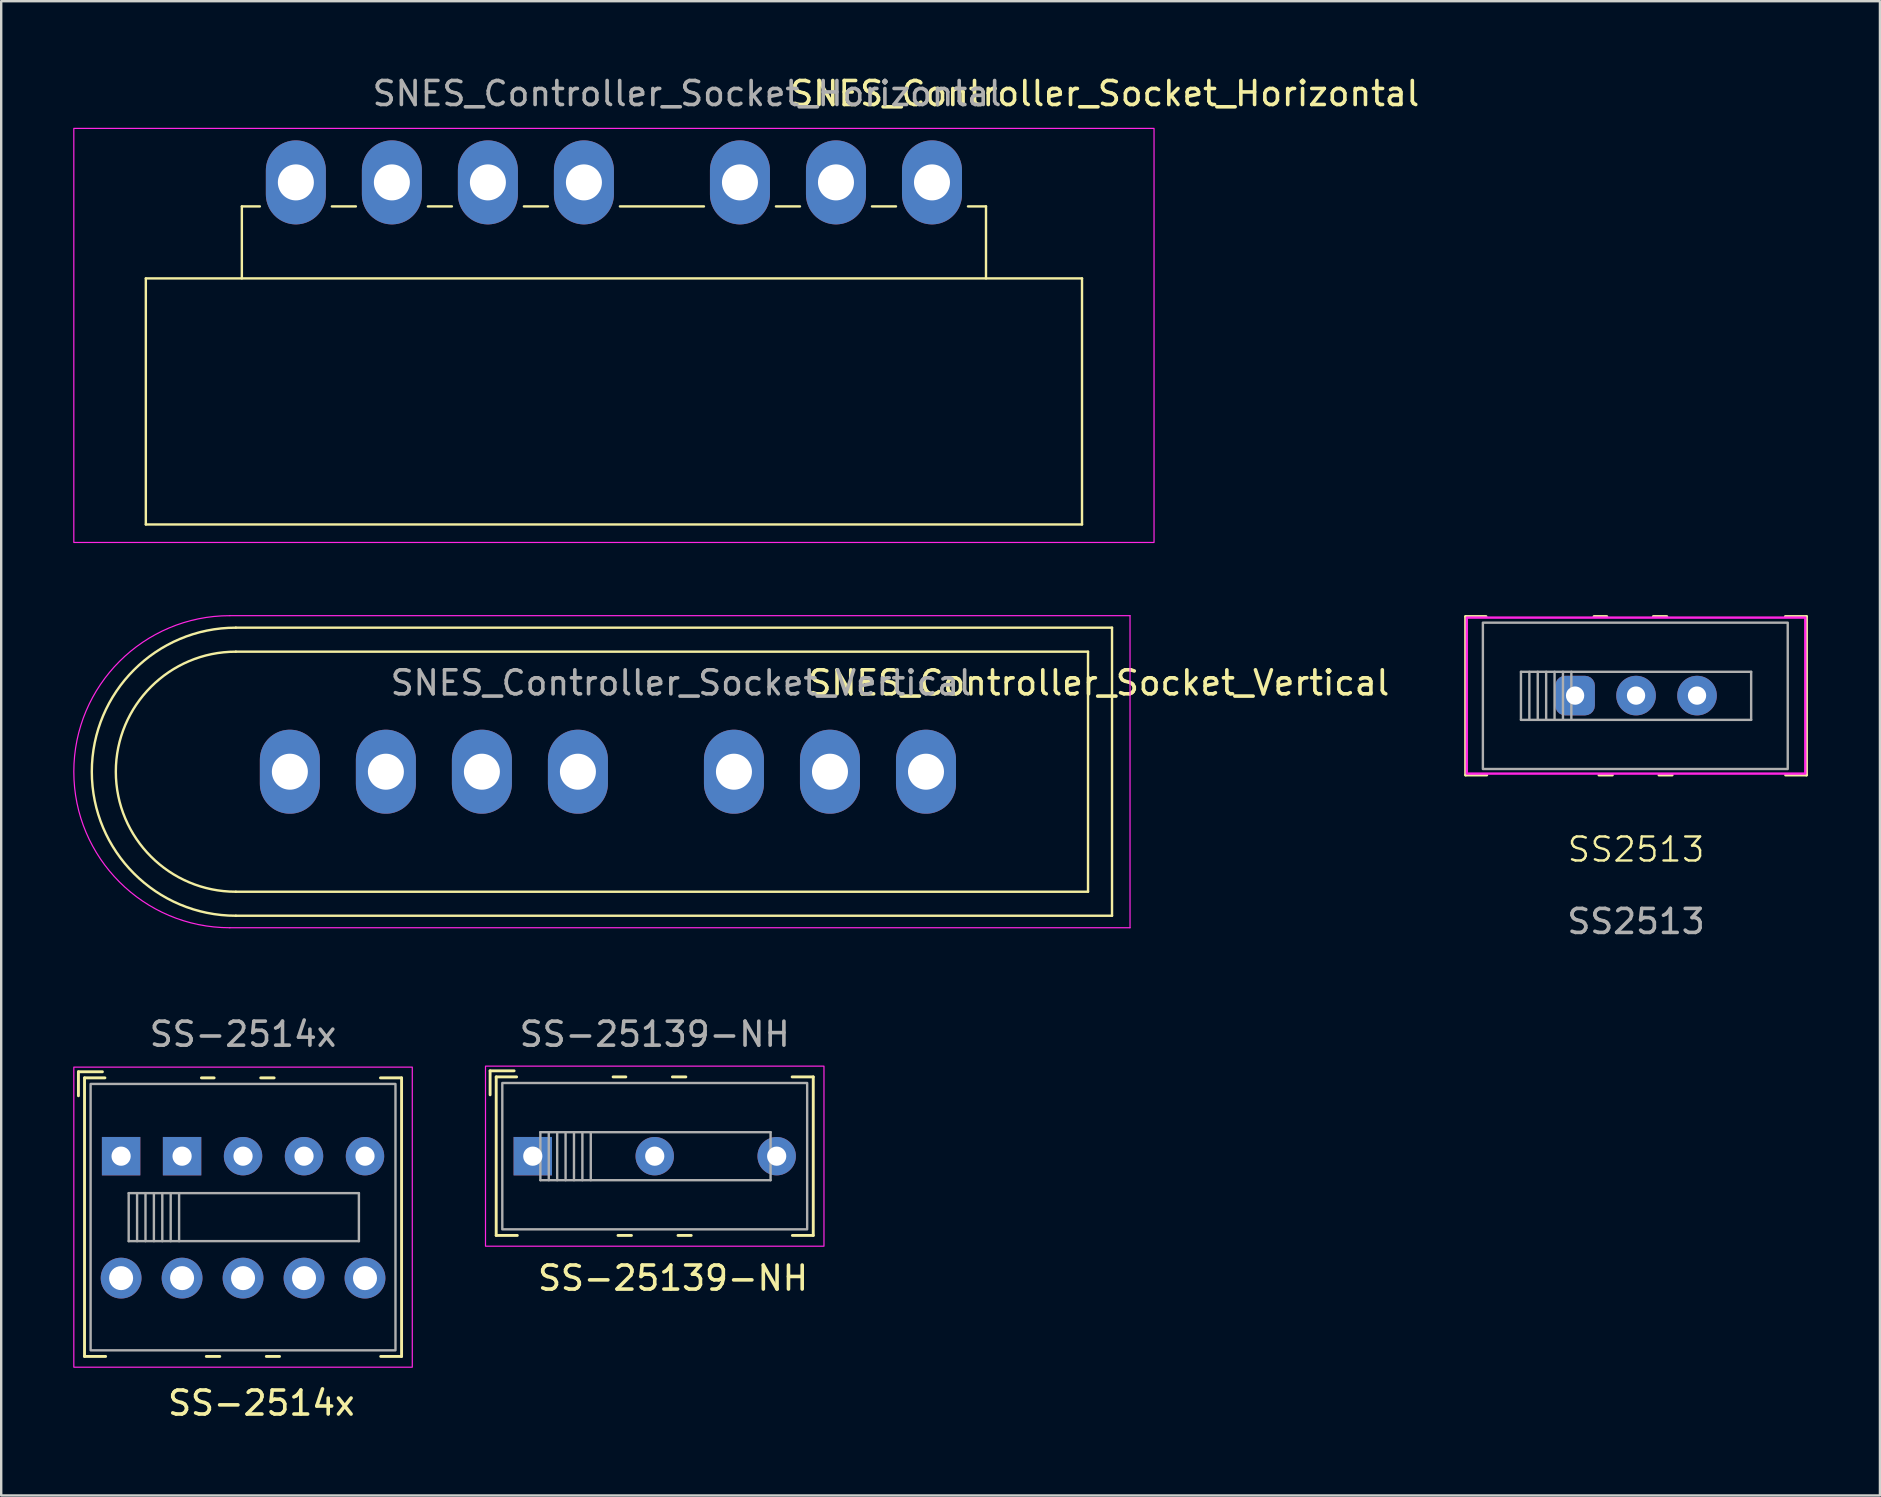
<source format=kicad_pcb>
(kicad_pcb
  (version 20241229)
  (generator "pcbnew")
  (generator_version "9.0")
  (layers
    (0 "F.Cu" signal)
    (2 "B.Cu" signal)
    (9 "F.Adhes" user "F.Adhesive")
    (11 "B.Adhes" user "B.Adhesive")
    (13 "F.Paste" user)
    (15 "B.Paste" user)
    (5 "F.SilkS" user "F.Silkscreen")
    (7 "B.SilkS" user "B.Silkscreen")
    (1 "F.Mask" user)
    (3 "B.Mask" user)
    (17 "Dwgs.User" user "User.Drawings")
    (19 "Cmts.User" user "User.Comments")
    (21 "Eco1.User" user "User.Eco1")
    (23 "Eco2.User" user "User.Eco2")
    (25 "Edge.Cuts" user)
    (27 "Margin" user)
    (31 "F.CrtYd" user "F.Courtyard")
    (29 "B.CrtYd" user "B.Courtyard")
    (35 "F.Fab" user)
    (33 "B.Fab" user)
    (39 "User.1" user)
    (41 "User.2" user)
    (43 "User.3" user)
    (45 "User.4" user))
  (footprint "SS-2514x"
    (layer "F.Cu")
    (at 7.075 47.654)
    (property "Reference" "SS-2514x" (at 0.762 7.747 0) (layer "F.SilkS") (effects (font (size 1 1) (thickness 0.15))))
    (attr through_hole)
    (fp_line (start -6.858 -6.056) (end -5.858 -6.056) (stroke (width 0.12) (type solid)) (layer "F.SilkS"))
    (fp_line (start -6.858 -5.056) (end -6.858 -6.056) (stroke (width 0.12) (type solid)) (layer "F.SilkS"))
    (fp_line (start -6.604 -5.802) (end -5.754 -5.802) (stroke (width 0.12) (type solid)) (layer "F.SilkS"))
    (fp_line (start -6.604 5.802) (end -6.604 -5.802) (stroke (width 0.12) (type solid)) (layer "F.SilkS"))
    (fp_line (start -5.724 5.802) (end -6.604 5.802) (stroke (width 0.12) (type solid)) (layer "F.SilkS"))
    (fp_line (start -1.734 -5.802) (end -1.204 -5.802) (stroke (width 0.12) (type solid)) (layer "F.SilkS"))
    (fp_line (start -0.97 5.802) (end -1.53 5.802) (stroke (width 0.12) (type solid)) (layer "F.SilkS"))
    (fp_line (start 0.736 -5.802) (end 1.296 -5.802) (stroke (width 0.12) (type solid)) (layer "F.SilkS"))
    (fp_line (start 1.52 5.802) (end 0.97 5.802) (stroke (width 0.12) (type solid)) (layer "F.SilkS"))
    (fp_line (start 5.724 -5.802) (end 6.604 -5.802) (stroke (width 0.12) (type solid)) (layer "F.SilkS"))
    (fp_line (start 6.604 -5.802) (end 6.604 5.802) (stroke (width 0.12) (type solid)) (layer "F.SilkS"))
    (fp_line (start 6.604 5.802) (end 5.734 5.802) (stroke (width 0.12) (type solid)) (layer "F.SilkS"))
    (fp_rect (start -7.05 -6.25) (end 7.05 6.25) (stroke (width 0.05) (type solid)) (fill no) (layer "F.CrtYd"))
    (fp_line (start -4.764 -1) (end -4.764 1) (stroke (width 0.1) (type solid)) (layer "F.Fab"))
    (fp_line (start -4.764 -1) (end 4.826 -1) (stroke (width 0.1) (type solid)) (layer "F.Fab"))
    (fp_line (start -4.414 -1) (end -4.414 1) (stroke (width 0.1) (type solid)) (layer "F.Fab"))
    (fp_line (start -4.064 -1) (end -4.064 1) (stroke (width 0.1) (type solid)) (layer "F.Fab"))
    (fp_line (start -3.714 -1) (end -3.714 1) (stroke (width 0.1) (type solid)) (layer "F.Fab"))
    (fp_line (start -3.364 -1) (end -3.364 1) (stroke (width 0.1) (type solid)) (layer "F.Fab"))
    (fp_line (start -3.014 -1) (end -3.014 1) (stroke (width 0.1) (type solid)) (layer "F.Fab"))
    (fp_line (start -2.664 -1) (end -2.664 1) (stroke (width 0.1) (type solid)) (layer "F.Fab"))
    (fp_line (start 4.826 -1) (end 4.826 1) (stroke (width 0.1) (type solid)) (layer "F.Fab"))
    (fp_line (start 4.826 1) (end -4.764 1) (stroke (width 0.1) (type solid)) (layer "F.Fab"))
    (fp_rect (start -6.35 -5.548) (end 6.35 5.548) (stroke (width 0.1) (type solid)) (fill no) (layer "F.Fab"))
    (fp_text user "${REFERENCE}" (at 0 -7.62 0) (layer "F.Fab") (effects (font (size 1 1) (thickness 0.15))))
    (pad "1" thru_hole rect (at -5.08 -2.54) (size 1.6 1.6) (drill 0.8) (layers "*.Cu" "*.Mask"))
    (pad "1" thru_hole rect (at -2.54 -2.54) (size 1.6 1.6) (drill 0.8) (layers "*.Cu" "*.Mask"))
    (pad "2" thru_hole circle (at 0 -2.54) (size 1.6 1.6) (drill 0.8) (layers "*.Cu" "*.Mask"))
    (pad "3" thru_hole circle (at 2.54 -2.54) (size 1.6 1.6) (drill 0.8) (layers "*.Cu" "*.Mask"))
    (pad "3" thru_hole circle (at 5.08 -2.54) (size 1.6 1.6) (drill 0.8) (layers "*.Cu" "*.Mask"))
    (pad "4" thru_hole circle (at -5.08 2.54) (size 1.7 1.7) (drill 1) (layers "*.Cu" "*.Mask"))
    (pad "4" thru_hole circle (at -2.54 2.54) (size 1.7 1.7) (drill 1) (layers "*.Cu" "*.Mask"))
    (pad "5" thru_hole circle (at 0 2.54) (size 1.7 1.7) (drill 1) (layers "*.Cu" "*.Mask"))
    (pad "6" thru_hole circle (at 2.54 2.54) (size 1.7 1.7) (drill 1) (layers "*.Cu" "*.Mask"))
    (pad "6" thru_hole circle (at 5.08 2.54) (size 1.7 1.7) (drill 1) (layers "*.Cu" "*.Mask")))
  (footprint "SS-25139-NH"
    (layer "F.Cu")
    (at 24.225 45.114)
    (property "Reference" "SS-25139-NH" (at 0.762 5.08 0) (layer "F.SilkS") (effects (font (size 1 1) (thickness 0.15))))
    (attr through_hole)
    (fp_line (start -6.858 -3.556) (end -5.858 -3.556) (stroke (width 0.12) (type solid)) (layer "F.SilkS"))
    (fp_line (start -6.858 -2.556) (end -6.858 -3.556) (stroke (width 0.12) (type solid)) (layer "F.SilkS"))
    (fp_line (start -6.604 -3.302) (end -5.754 -3.302) (stroke (width 0.12) (type solid)) (layer "F.SilkS"))
    (fp_line (start -6.604 3.302) (end -6.604 -3.302) (stroke (width 0.12) (type solid)) (layer "F.SilkS"))
    (fp_line (start -5.724 3.302) (end -6.604 3.302) (stroke (width 0.12) (type solid)) (layer "F.SilkS"))
    (fp_line (start -1.734 -3.302) (end -1.204 -3.302) (stroke (width 0.12) (type solid)) (layer "F.SilkS"))
    (fp_line (start -0.97 3.302) (end -1.53 3.302) (stroke (width 0.12) (type solid)) (layer "F.SilkS"))
    (fp_line (start 0.736 -3.302) (end 1.296 -3.302) (stroke (width 0.12) (type solid)) (layer "F.SilkS"))
    (fp_line (start 1.52 3.302) (end 0.97 3.302) (stroke (width 0.12) (type solid)) (layer "F.SilkS"))
    (fp_line (start 5.724 -3.302) (end 6.604 -3.302) (stroke (width 0.12) (type solid)) (layer "F.SilkS"))
    (fp_line (start 6.604 -3.302) (end 6.604 3.302) (stroke (width 0.12) (type solid)) (layer "F.SilkS"))
    (fp_line (start 6.604 3.302) (end 5.734 3.302) (stroke (width 0.12) (type solid)) (layer "F.SilkS"))
    (fp_rect (start -7.05 -3.75) (end 7.05 3.75) (stroke (width 0.05) (type solid)) (fill no) (layer "F.CrtYd"))
    (fp_line (start -4.764 -1) (end -4.764 1) (stroke (width 0.1) (type solid)) (layer "F.Fab"))
    (fp_line (start -4.764 -1) (end 4.826 -1) (stroke (width 0.1) (type solid)) (layer "F.Fab"))
    (fp_line (start -4.414 -1) (end -4.414 1) (stroke (width 0.1) (type solid)) (layer "F.Fab"))
    (fp_line (start -4.064 -1) (end -4.064 1) (stroke (width 0.1) (type solid)) (layer "F.Fab"))
    (fp_line (start -3.714 -1) (end -3.714 1) (stroke (width 0.1) (type solid)) (layer "F.Fab"))
    (fp_line (start -3.364 -1) (end -3.364 1) (stroke (width 0.1) (type solid)) (layer "F.Fab"))
    (fp_line (start -3.014 -1) (end -3.014 1) (stroke (width 0.1) (type solid)) (layer "F.Fab"))
    (fp_line (start -2.664 -1) (end -2.664 1) (stroke (width 0.1) (type solid)) (layer "F.Fab"))
    (fp_line (start 4.826 -1) (end 4.826 1) (stroke (width 0.1) (type solid)) (layer "F.Fab"))
    (fp_line (start 4.826 1) (end -4.764 1) (stroke (width 0.1) (type solid)) (layer "F.Fab"))
    (fp_rect (start -6.35 -3.048) (end 6.35 3.048) (stroke (width 0.1) (type default)) (fill no) (layer "F.Fab"))
    (fp_text user "${REFERENCE}" (at 0 -5.08 0) (layer "F.Fab") (effects (font (size 1 1) (thickness 0.15))))
    (pad "1" thru_hole rect (at -5.08 0) (size 1.6 1.6) (drill 0.8) (layers "*.Cu" "*.Mask"))
    (pad "2" thru_hole circle (at 0 0) (size 1.6 1.6) (drill 0.8) (layers "*.Cu" "*.Mask"))
    (pad "3" thru_hole circle (at 5.08 0) (size 1.6 1.6) (drill 0.8) (layers "*.Cu" "*.Mask")))
  (footprint "SNES_Controller_Socket_Vertical"
    (layer "F.Cu")
    (at 9.025 29.098)
    (property "Reference" "SNES_Controller_Socket_Vertical" (at 33.7 -3.7 0) (unlocked yes) (layer "F.SilkS") (effects (font (size 1 1) (thickness 0.15))))
    (attr through_hole)
    (fp_line (start -2.25 -6) (end 34.25 -6) (stroke (width 0.1) (type default)) (layer "F.SilkS"))
    (fp_line (start -2.25 -5) (end 33.25 -5) (stroke (width 0.1) (type default)) (layer "F.SilkS"))
    (fp_line (start -2.25 5) (end 33.25 5) (stroke (width 0.1) (type default)) (layer "F.SilkS"))
    (fp_line (start -2.25 6) (end 34.25 6) (stroke (width 0.1) (type default)) (layer "F.SilkS"))
    (fp_line (start 33.25 5) (end 33.25 -5) (stroke (width 0.1) (type default)) (layer "F.SilkS"))
    (fp_line (start 34.25 6) (end 34.25 -6) (stroke (width 0.1) (type default)) (layer "F.SilkS"))
    (fp_arc (start -2.25 5) (mid -7.25 0) (end -2.25 -5) (stroke (width 0.1) (type default)) (layer "F.SilkS"))
    (fp_arc (start -2.25 6) (mid -8.25 0) (end -2.25 -6) (stroke (width 0.1) (type default)) (layer "F.SilkS"))
    (fp_line (start 35 -6.5) (end -2.5 -6.5) (stroke (width 0.05) (type default)) (layer "F.CrtYd"))
    (fp_line (start 35 -6.5) (end 35 6.5) (stroke (width 0.05) (type default)) (layer "F.CrtYd"))
    (fp_line (start 35 6.5) (end -2.5 6.5) (stroke (width 0.05) (type default)) (layer "F.CrtYd"))
    (fp_arc (start -2.5 6.5) (mid -9 0) (end -2.5 -6.5) (stroke (width 0.05) (type default)) (layer "F.CrtYd"))
    (fp_text user "${REFERENCE}" (at 16.3 -3.7 0) (unlocked yes) (layer "F.Fab") (effects (font (size 1 1) (thickness 0.15))))
    (pad "1" thru_hole oval (at 0 0) (size 2.5 3.5) (drill 1.5) (layers "*.Cu" "*.Mask"))
    (pad "2" thru_hole oval (at 4 0) (size 2.5 3.5) (drill 1.5) (layers "*.Cu" "*.Mask"))
    (pad "3" thru_hole oval (at 8 0) (size 2.5 3.5) (drill 1.5) (layers "*.Cu" "*.Mask"))
    (pad "4" thru_hole oval (at 12 0) (size 2.5 3.5) (drill 1.5) (layers "*.Cu" "*.Mask"))
    (pad "5" thru_hole oval (at 18.5 0) (size 2.5 3.5) (drill 1.5) (layers "*.Cu" "*.Mask"))
    (pad "6" thru_hole oval (at 22.5 0) (size 2.5 3.5) (drill 1.5) (layers "*.Cu" "*.Mask"))
    (pad "7" thru_hole oval (at 26.5 0) (size 2.5 3.5) (drill 1.5) (layers "*.Cu" "*.Mask")))
  (footprint "SS2513"
    (layer "F.Cu")
    (at 65.105 32.837)
    (property "Reference" "SS2513" (at 0 -0.5 0) (unlocked yes) (layer "F.SilkS") (effects (font (size 1 1) (thickness 0.1))))
    (attr through_hole)
    (fp_line (start -7.1 -10.204) (end -6.25 -10.204) (stroke (width 0.12) (type solid)) (layer "F.SilkS"))
    (fp_line (start -7.1 -3.6) (end -7.1 -10.204) (stroke (width 0.12) (type solid)) (layer "F.SilkS"))
    (fp_line (start -6.22 -3.6) (end -7.1 -3.6) (stroke (width 0.12) (type solid)) (layer "F.SilkS"))
    (fp_line (start -1.75 -10.204) (end -1.22 -10.204) (stroke (width 0.12) (type solid)) (layer "F.SilkS"))
    (fp_line (start -0.986 -3.6) (end -1.546 -3.6) (stroke (width 0.12) (type solid)) (layer "F.SilkS"))
    (fp_line (start 0.72 -10.204) (end 1.28 -10.204) (stroke (width 0.12) (type solid)) (layer "F.SilkS"))
    (fp_line (start 1.504 -3.6) (end 0.954 -3.6) (stroke (width 0.12) (type solid)) (layer "F.SilkS"))
    (fp_line (start 6.22 -10.204) (end 7.1 -10.204) (stroke (width 0.12) (type solid)) (layer "F.SilkS"))
    (fp_line (start 7.1 -10.204) (end 7.1 -3.6) (stroke (width 0.12) (type solid)) (layer "F.SilkS"))
    (fp_line (start 7.1 -3.6) (end 6.23 -3.6) (stroke (width 0.12) (type solid)) (layer "F.SilkS"))
    (fp_rect (start -7.05 -10.16) (end 7.05 -3.66) (stroke (width 0.1) (type solid)) (fill no) (layer "F.CrtYd"))
    (fp_line (start -4.795 -7.9) (end -4.795 -5.9) (stroke (width 0.1) (type solid)) (layer "F.Fab"))
    (fp_line (start -4.795 -7.9) (end 4.795 -7.9) (stroke (width 0.1) (type solid)) (layer "F.Fab"))
    (fp_line (start -4.445 -7.9) (end -4.445 -5.9) (stroke (width 0.1) (type solid)) (layer "F.Fab"))
    (fp_line (start -4.095 -7.9) (end -4.095 -5.9) (stroke (width 0.1) (type solid)) (layer "F.Fab"))
    (fp_line (start -3.745 -7.9) (end -3.745 -5.9) (stroke (width 0.1) (type solid)) (layer "F.Fab"))
    (fp_line (start -3.395 -7.9) (end -3.395 -5.9) (stroke (width 0.1) (type solid)) (layer "F.Fab"))
    (fp_line (start -3.045 -7.9) (end -3.045 -5.9) (stroke (width 0.1) (type solid)) (layer "F.Fab"))
    (fp_line (start -2.695 -7.9) (end -2.695 -5.9) (stroke (width 0.1) (type solid)) (layer "F.Fab"))
    (fp_line (start 4.795 -7.9) (end 4.795 -5.9) (stroke (width 0.1) (type solid)) (layer "F.Fab"))
    (fp_line (start 4.795 -5.9) (end -4.795 -5.9) (stroke (width 0.1) (type solid)) (layer "F.Fab"))
    (fp_rect (start -6.381 -9.948) (end 6.319 -3.852) (stroke (width 0.1) (type default)) (fill no) (layer "F.Fab"))
    (fp_text user "${REFERENCE}" (at 0 2.5 0) (unlocked yes) (layer "F.Fab") (effects (font (size 1 1) (thickness 0.15))))
    (pad "1" thru_hole roundrect (at -2.54 -6.91) (size 1.65 1.65) (drill 0.762) (layers "*.Cu" "*.Mask") (roundrect_rratio 0.25))
    (pad "2" thru_hole circle (at 0 -6.91) (size 1.65 1.65) (drill 0.762) (layers "*.Cu" "*.Mask"))
    (pad "3" thru_hole circle (at 2.54 -6.91) (size 1.65 1.65) (drill 0.762) (layers "*.Cu" "*.Mask")))
  (footprint "SNES_Controller_Socket_Horizontal"
    (layer "F.Cu")
    (at 9.275 4.548)
    (property "Reference" "SNES_Controller_Socket_Horizontal" (at 33.7 -3.7 0) (unlocked yes) (layer "F.SilkS") (effects (font (size 1 1) (thickness 0.15))))
    (attr through_hole)
    (fp_line (start -6.25 4) (end -6.25 14.25) (stroke (width 0.1) (type default)) (layer "F.SilkS"))
    (fp_line (start -6.25 4) (end 32.75 4) (stroke (width 0.1) (type default)) (layer "F.SilkS"))
    (fp_line (start -6.25 14.25) (end 32.75 14.25) (stroke (width 0.1) (type default)) (layer "F.SilkS"))
    (fp_line (start -2.25 1) (end -2.25 4) (stroke (width 0.1) (type default)) (layer "F.SilkS"))
    (fp_line (start -2.25 1) (end -1.5 1) (stroke (width 0.1) (type default)) (layer "F.SilkS"))
    (fp_line (start 1.5 1) (end 2.5 1) (stroke (width 0.1) (type default)) (layer "F.SilkS"))
    (fp_line (start 5.5 1) (end 6.5 1) (stroke (width 0.1) (type default)) (layer "F.SilkS"))
    (fp_line (start 9.5 1) (end 10.5 1) (stroke (width 0.1) (type default)) (layer "F.SilkS"))
    (fp_line (start 13.5 1) (end 17 1) (stroke (width 0.1) (type default)) (layer "F.SilkS"))
    (fp_line (start 20 1) (end 21 1) (stroke (width 0.1) (type default)) (layer "F.SilkS"))
    (fp_line (start 24 1) (end 25 1) (stroke (width 0.1) (type default)) (layer "F.SilkS"))
    (fp_line (start 28 1) (end 28.75 1) (stroke (width 0.1) (type default)) (layer "F.SilkS"))
    (fp_line (start 28.75 1) (end 28.75 4) (stroke (width 0.1) (type default)) (layer "F.SilkS"))
    (fp_line (start 32.75 4) (end 32.75 14.25) (stroke (width 0.1) (type default)) (layer "F.SilkS"))
    (fp_rect (start -9.25 -2.25) (end 35.75 15) (stroke (width 0.05) (type solid)) (fill no) (layer "F.CrtYd"))
    (fp_text user "${REFERENCE}" (at 16.3 -3.7 0) (unlocked yes) (layer "F.Fab") (effects (font (size 1 1) (thickness 0.15))))
    (pad "1" thru_hole oval (at 0 0) (size 2.5 3.5) (drill 1.5) (layers "*.Cu" "*.Mask"))
    (pad "2" thru_hole oval (at 4 0) (size 2.5 3.5) (drill 1.5) (layers "*.Cu" "*.Mask"))
    (pad "3" thru_hole oval (at 8 0) (size 2.5 3.5) (drill 1.5) (layers "*.Cu" "*.Mask"))
    (pad "4" thru_hole oval (at 12 0) (size 2.5 3.5) (drill 1.5) (layers "*.Cu" "*.Mask"))
    (pad "5" thru_hole oval (at 18.5 0) (size 2.5 3.5) (drill 1.5) (layers "*.Cu" "*.Mask"))
    (pad "6" thru_hole oval (at 22.5 0) (size 2.5 3.5) (drill 1.5) (layers "*.Cu" "*.Mask"))
    (pad "7" thru_hole oval (at 26.5 0) (size 2.5 3.5) (drill 1.5) (layers "*.Cu" "*.Mask")))
  (gr_rect
    (start -3 -3)
    (end 75.265 59.249)
    (stroke (width 0.1) (type default))
    (fill no)
    (layer "Edge.Cuts")))
</source>
